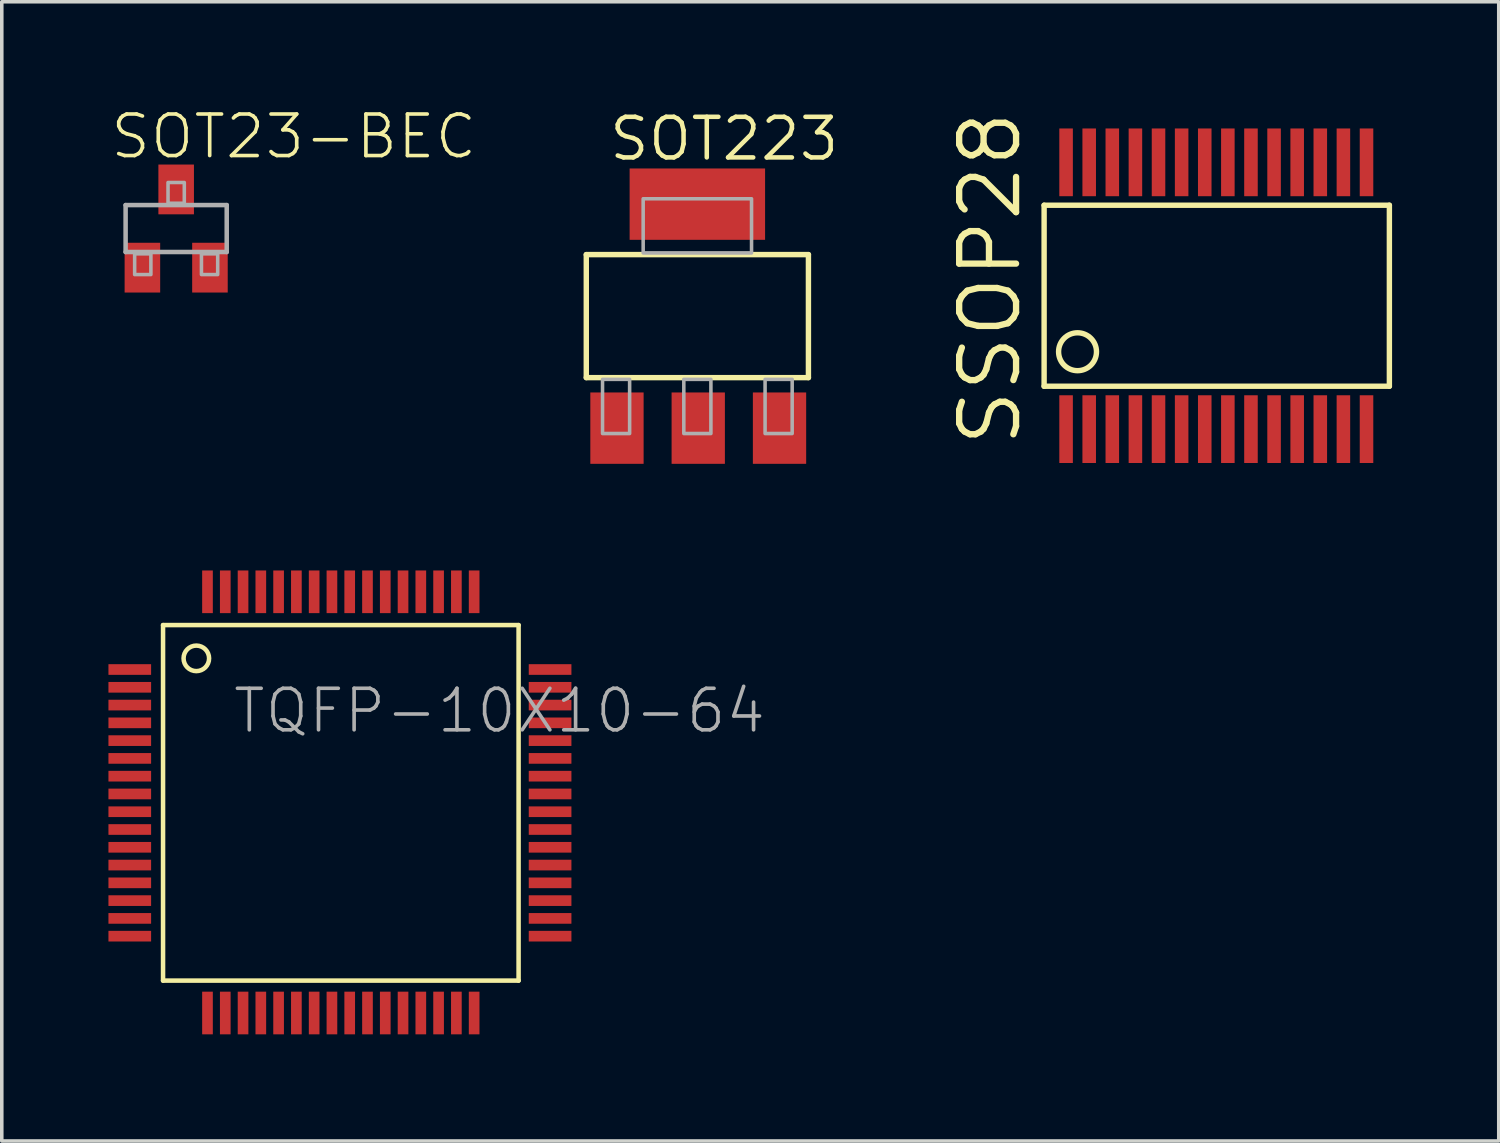
<source format=kicad_pcb>
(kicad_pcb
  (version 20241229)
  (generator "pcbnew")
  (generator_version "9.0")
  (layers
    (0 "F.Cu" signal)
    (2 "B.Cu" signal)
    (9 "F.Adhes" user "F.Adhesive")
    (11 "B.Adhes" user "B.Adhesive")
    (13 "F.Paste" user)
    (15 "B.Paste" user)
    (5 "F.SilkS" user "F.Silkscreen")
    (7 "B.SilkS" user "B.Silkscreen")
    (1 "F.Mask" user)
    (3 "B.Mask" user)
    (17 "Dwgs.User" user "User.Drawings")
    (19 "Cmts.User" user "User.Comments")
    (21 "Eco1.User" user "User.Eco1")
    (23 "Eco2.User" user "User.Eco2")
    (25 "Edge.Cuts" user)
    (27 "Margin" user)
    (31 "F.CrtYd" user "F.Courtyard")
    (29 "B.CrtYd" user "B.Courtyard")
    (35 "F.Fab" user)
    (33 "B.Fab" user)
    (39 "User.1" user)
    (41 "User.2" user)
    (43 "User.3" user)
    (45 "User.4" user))
  (footprint "SSOP28"
    (layer "F.Cu")
    (at 31.485 5.268)
    (property "Reference" "SSOP28" (at -5.752 4.318 90) (layer "F.SilkS") (effects (font (size 1.6 1.6) (thickness 0.178)) (justify left bottom)))
    (fp_line (start -5.168 -2.546) (end -5.168 2.546) (stroke (width 0.152) (type solid)) (layer "F.SilkS"))
    (fp_line (start -5.168 2.546) (end 4.543 2.546) (stroke (width 0.152) (type solid)) (layer "F.SilkS"))
    (fp_line (start 4.543 -2.546) (end -5.168 -2.546) (stroke (width 0.152) (type solid)) (layer "F.SilkS"))
    (fp_line (start 4.543 2.546) (end 4.543 -2.546) (stroke (width 0.152) (type solid)) (layer "F.SilkS"))
    (fp_circle (center -4.228 1.575) (end -3.695 1.575) (stroke (width 0.152) (type solid)) (fill no) (layer "F.SilkS"))
    (pad "1" smd rect (at -4.55 3.752 90) (size 1.905 0.381) (layers "F.Cu" "F.Mask" "F.Paste"))
    (pad "2" smd rect (at -3.9 3.752 90) (size 1.905 0.381) (layers "F.Cu" "F.Mask" "F.Paste"))
    (pad "3" smd rect (at -3.25 3.752 90) (size 1.905 0.381) (layers "F.Cu" "F.Mask" "F.Paste"))
    (pad "4" smd rect (at -2.6 3.752 90) (size 1.905 0.381) (layers "F.Cu" "F.Mask" "F.Paste"))
    (pad "5" smd rect (at -1.95 3.752 90) (size 1.905 0.381) (layers "F.Cu" "F.Mask" "F.Paste"))
    (pad "6" smd rect (at -1.3 3.752 90) (size 1.905 0.381) (layers "F.Cu" "F.Mask" "F.Paste"))
    (pad "7" smd rect (at -0.65 3.752 90) (size 1.905 0.381) (layers "F.Cu" "F.Mask" "F.Paste"))
    (pad "8" smd rect (at 0 3.752 90) (size 1.905 0.381) (layers "F.Cu" "F.Mask" "F.Paste"))
    (pad "9" smd rect (at 0.65 3.752 90) (size 1.905 0.381) (layers "F.Cu" "F.Mask" "F.Paste"))
    (pad "10" smd rect (at 1.3 3.752 90) (size 1.905 0.381) (layers "F.Cu" "F.Mask" "F.Paste"))
    (pad "11" smd rect (at 1.95 3.752 90) (size 1.905 0.381) (layers "F.Cu" "F.Mask" "F.Paste"))
    (pad "12" smd rect (at 2.6 3.752 90) (size 1.905 0.381) (layers "F.Cu" "F.Mask" "F.Paste"))
    (pad "13" smd rect (at 3.25 3.752 90) (size 1.905 0.381) (layers "F.Cu" "F.Mask" "F.Paste"))
    (pad "14" smd rect (at 3.9 3.752 90) (size 1.905 0.381) (layers "F.Cu" "F.Mask" "F.Paste"))
    (pad "15" smd rect (at 3.9 -3.752 90) (size 1.905 0.381) (layers "F.Cu" "F.Mask" "F.Paste"))
    (pad "16" smd rect (at 3.25 -3.752 90) (size 1.905 0.381) (layers "F.Cu" "F.Mask" "F.Paste"))
    (pad "17" smd rect (at 2.6 -3.752 90) (size 1.905 0.381) (layers "F.Cu" "F.Mask" "F.Paste"))
    (pad "18" smd rect (at 1.95 -3.752 90) (size 1.905 0.381) (layers "F.Cu" "F.Mask" "F.Paste"))
    (pad "19" smd rect (at 1.3 -3.752 90) (size 1.905 0.381) (layers "F.Cu" "F.Mask" "F.Paste"))
    (pad "20" smd rect (at 0.65 -3.752 90) (size 1.905 0.381) (layers "F.Cu" "F.Mask" "F.Paste"))
    (pad "21" smd rect (at 0 -3.752 90) (size 1.905 0.381) (layers "F.Cu" "F.Mask" "F.Paste"))
    (pad "22" smd rect (at -0.65 -3.752 90) (size 1.905 0.381) (layers "F.Cu" "F.Mask" "F.Paste"))
    (pad "23" smd rect (at -1.3 -3.752 90) (size 1.905 0.381) (layers "F.Cu" "F.Mask" "F.Paste"))
    (pad "24" smd rect (at -1.95 -3.752 90) (size 1.905 0.381) (layers "F.Cu" "F.Mask" "F.Paste"))
    (pad "25" smd rect (at -2.6 -3.752 90) (size 1.905 0.381) (layers "F.Cu" "F.Mask" "F.Paste"))
    (pad "26" smd rect (at -3.25 -3.752 90) (size 1.905 0.381) (layers "F.Cu" "F.Mask" "F.Paste"))
    (pad "27" smd rect (at -3.9 -3.752 90) (size 1.905 0.381) (layers "F.Cu" "F.Mask" "F.Paste"))
    (pad "28" smd rect (at -4.55 -3.752 90) (size 1.905 0.381) (layers "F.Cu" "F.Mask" "F.Paste")))
  (footprint "TQFP-10X10-64"
    (layer "F.Cu")
    (at 6.536 19.531)
    (property "Reference" "TQFP-10X10-64" (at -3.086 -1.906 0) (layer "F.Fab") (effects (font (size 1.168 1.168) (thickness 0.102)) (justify left bottom)))
    (fp_line (start -5 -5) (end -5 5) (stroke (width 0.127) (type solid)) (layer "F.SilkS"))
    (fp_line (start -5 5) (end 5 5) (stroke (width 0.127) (type solid)) (layer "F.SilkS"))
    (fp_line (start 5 -5) (end -5 -5) (stroke (width 0.127) (type solid)) (layer "F.SilkS"))
    (fp_line (start 5 5) (end 5 -5) (stroke (width 0.127) (type solid)) (layer "F.SilkS"))
    (fp_circle (center -4.064 -4.064) (end -3.705 -4.064) (stroke (width 0.127) (type solid)) (fill no) (layer "F.SilkS"))
    (pad "1" smd rect (at -5.936 -3.75 270) (size 0.3 1.2) (layers "F.Cu" "F.Mask" "F.Paste"))
    (pad "2" smd rect (at -5.936 -3.25 270) (size 0.3 1.2) (layers "F.Cu" "F.Mask" "F.Paste"))
    (pad "3" smd rect (at -5.936 -2.75 270) (size 0.3 1.2) (layers "F.Cu" "F.Mask" "F.Paste"))
    (pad "4" smd rect (at -5.936 -2.25 270) (size 0.3 1.2) (layers "F.Cu" "F.Mask" "F.Paste"))
    (pad "5" smd rect (at -5.936 -1.75 270) (size 0.3 1.2) (layers "F.Cu" "F.Mask" "F.Paste"))
    (pad "6" smd rect (at -5.936 -1.25 270) (size 0.3 1.2) (layers "F.Cu" "F.Mask" "F.Paste"))
    (pad "7" smd rect (at -5.936 -0.75 270) (size 0.3 1.2) (layers "F.Cu" "F.Mask" "F.Paste"))
    (pad "8" smd rect (at -5.936 -0.25 270) (size 0.3 1.2) (layers "F.Cu" "F.Mask" "F.Paste"))
    (pad "9" smd rect (at -5.936 0.25 270) (size 0.3 1.2) (layers "F.Cu" "F.Mask" "F.Paste"))
    (pad "10" smd rect (at -5.936 0.75 270) (size 0.3 1.2) (layers "F.Cu" "F.Mask" "F.Paste"))
    (pad "11" smd rect (at -5.936 1.25 270) (size 0.3 1.2) (layers "F.Cu" "F.Mask" "F.Paste"))
    (pad "12" smd rect (at -5.936 1.75 270) (size 0.3 1.2) (layers "F.Cu" "F.Mask" "F.Paste"))
    (pad "13" smd rect (at -5.936 2.25 270) (size 0.3 1.2) (layers "F.Cu" "F.Mask" "F.Paste"))
    (pad "14" smd rect (at -5.936 2.75 270) (size 0.3 1.2) (layers "F.Cu" "F.Mask" "F.Paste"))
    (pad "15" smd rect (at -5.936 3.25 270) (size 0.3 1.2) (layers "F.Cu" "F.Mask" "F.Paste"))
    (pad "16" smd rect (at -5.936 3.75 270) (size 0.3 1.2) (layers "F.Cu" "F.Mask" "F.Paste"))
    (pad "17" smd rect (at -3.75 5.911) (size 0.3 1.2) (layers "F.Cu" "F.Mask" "F.Paste"))
    (pad "18" smd rect (at -3.25 5.911) (size 0.3 1.2) (layers "F.Cu" "F.Mask" "F.Paste"))
    (pad "19" smd rect (at -2.75 5.911) (size 0.3 1.2) (layers "F.Cu" "F.Mask" "F.Paste"))
    (pad "20" smd rect (at -2.25 5.911) (size 0.3 1.2) (layers "F.Cu" "F.Mask" "F.Paste"))
    (pad "21" smd rect (at -1.75 5.911) (size 0.3 1.2) (layers "F.Cu" "F.Mask" "F.Paste"))
    (pad "22" smd rect (at -1.25 5.911) (size 0.3 1.2) (layers "F.Cu" "F.Mask" "F.Paste"))
    (pad "23" smd rect (at -0.75 5.911) (size 0.3 1.2) (layers "F.Cu" "F.Mask" "F.Paste"))
    (pad "24" smd rect (at -0.25 5.911) (size 0.3 1.2) (layers "F.Cu" "F.Mask" "F.Paste"))
    (pad "25" smd rect (at 0.25 5.911) (size 0.3 1.2) (layers "F.Cu" "F.Mask" "F.Paste"))
    (pad "26" smd rect (at 0.75 5.911) (size 0.3 1.2) (layers "F.Cu" "F.Mask" "F.Paste"))
    (pad "27" smd rect (at 1.25 5.911) (size 0.3 1.2) (layers "F.Cu" "F.Mask" "F.Paste"))
    (pad "28" smd rect (at 1.75 5.911) (size 0.3 1.2) (layers "F.Cu" "F.Mask" "F.Paste"))
    (pad "29" smd rect (at 2.25 5.911) (size 0.3 1.2) (layers "F.Cu" "F.Mask" "F.Paste"))
    (pad "30" smd rect (at 2.75 5.911) (size 0.3 1.2) (layers "F.Cu" "F.Mask" "F.Paste"))
    (pad "31" smd rect (at 3.25 5.911) (size 0.3 1.2) (layers "F.Cu" "F.Mask" "F.Paste"))
    (pad "32" smd rect (at 3.75 5.911) (size 0.3 1.2) (layers "F.Cu" "F.Mask" "F.Paste"))
    (pad "33" smd rect (at 5.886 3.75 90) (size 0.3 1.2) (layers "F.Cu" "F.Mask" "F.Paste"))
    (pad "34" smd rect (at 5.886 3.25 90) (size 0.3 1.2) (layers "F.Cu" "F.Mask" "F.Paste"))
    (pad "35" smd rect (at 5.886 2.75 90) (size 0.3 1.2) (layers "F.Cu" "F.Mask" "F.Paste"))
    (pad "36" smd rect (at 5.886 2.25 90) (size 0.3 1.2) (layers "F.Cu" "F.Mask" "F.Paste"))
    (pad "37" smd rect (at 5.886 1.75 90) (size 0.3 1.2) (layers "F.Cu" "F.Mask" "F.Paste"))
    (pad "38" smd rect (at 5.886 1.25 90) (size 0.3 1.2) (layers "F.Cu" "F.Mask" "F.Paste"))
    (pad "39" smd rect (at 5.886 0.75 90) (size 0.3 1.2) (layers "F.Cu" "F.Mask" "F.Paste"))
    (pad "40" smd rect (at 5.886 0.25 90) (size 0.3 1.2) (layers "F.Cu" "F.Mask" "F.Paste"))
    (pad "41" smd rect (at 5.886 -0.25 90) (size 0.3 1.2) (layers "F.Cu" "F.Mask" "F.Paste"))
    (pad "42" smd rect (at 5.886 -0.75 90) (size 0.3 1.2) (layers "F.Cu" "F.Mask" "F.Paste"))
    (pad "43" smd rect (at 5.886 -1.25 90) (size 0.3 1.2) (layers "F.Cu" "F.Mask" "F.Paste"))
    (pad "44" smd rect (at 5.886 -1.75 90) (size 0.3 1.2) (layers "F.Cu" "F.Mask" "F.Paste"))
    (pad "45" smd rect (at 5.886 -2.25 90) (size 0.3 1.2) (layers "F.Cu" "F.Mask" "F.Paste"))
    (pad "46" smd rect (at 5.886 -2.75 90) (size 0.3 1.2) (layers "F.Cu" "F.Mask" "F.Paste"))
    (pad "47" smd rect (at 5.886 -3.25 90) (size 0.3 1.2) (layers "F.Cu" "F.Mask" "F.Paste"))
    (pad "48" smd rect (at 5.886 -3.75 90) (size 0.3 1.2) (layers "F.Cu" "F.Mask" "F.Paste"))
    (pad "49" smd rect (at 3.75 -5.936 180) (size 0.3 1.2) (layers "F.Cu" "F.Mask" "F.Paste"))
    (pad "50" smd rect (at 3.25 -5.936 180) (size 0.3 1.2) (layers "F.Cu" "F.Mask" "F.Paste"))
    (pad "51" smd rect (at 2.75 -5.936 180) (size 0.3 1.2) (layers "F.Cu" "F.Mask" "F.Paste"))
    (pad "52" smd rect (at 2.25 -5.936 180) (size 0.3 1.2) (layers "F.Cu" "F.Mask" "F.Paste"))
    (pad "53" smd rect (at 1.75 -5.936 180) (size 0.3 1.2) (layers "F.Cu" "F.Mask" "F.Paste"))
    (pad "54" smd rect (at 1.25 -5.936 180) (size 0.3 1.2) (layers "F.Cu" "F.Mask" "F.Paste"))
    (pad "55" smd rect (at 0.75 -5.936 180) (size 0.3 1.2) (layers "F.Cu" "F.Mask" "F.Paste"))
    (pad "56" smd rect (at 0.25 -5.936 180) (size 0.3 1.2) (layers "F.Cu" "F.Mask" "F.Paste"))
    (pad "57" smd rect (at -0.25 -5.936 180) (size 0.3 1.2) (layers "F.Cu" "F.Mask" "F.Paste"))
    (pad "58" smd rect (at -0.75 -5.936 180) (size 0.3 1.2) (layers "F.Cu" "F.Mask" "F.Paste"))
    (pad "59" smd rect (at -1.25 -5.936 180) (size 0.3 1.2) (layers "F.Cu" "F.Mask" "F.Paste"))
    (pad "60" smd rect (at -1.75 -5.936 180) (size 0.3 1.2) (layers "F.Cu" "F.Mask" "F.Paste"))
    (pad "61" smd rect (at -2.25 -5.936 180) (size 0.3 1.2) (layers "F.Cu" "F.Mask" "F.Paste"))
    (pad "62" smd rect (at -2.75 -5.936 180) (size 0.3 1.2) (layers "F.Cu" "F.Mask" "F.Paste"))
    (pad "63" smd rect (at -3.25 -5.936 180) (size 0.3 1.2) (layers "F.Cu" "F.Mask" "F.Paste"))
    (pad "64" smd rect (at -3.75 -5.936 180) (size 0.3 1.2) (layers "F.Cu" "F.Mask" "F.Paste")))
  (footprint "SOT223"
    (layer "F.Cu")
    (at 16.564 5.842)
    (property "Reference" "SOT223" (at -2.54 -4.318 0) (layer "F.SilkS") (effects (font (size 1.143 1.143) (thickness 0.127)) (justify left bottom)))
    (fp_line (start -3.124 -1.731) (end -3.124 1.729) (stroke (width 0.152) (type solid)) (layer "F.SilkS"))
    (fp_line (start -3.124 -1.731) (end 3.124 -1.731) (stroke (width 0.152) (type solid)) (layer "F.SilkS"))
    (fp_line (start 3.124 1.729) (end -3.124 1.729) (stroke (width 0.152) (type solid)) (layer "F.SilkS"))
    (fp_line (start 3.124 1.729) (end 3.124 -1.731) (stroke (width 0.152) (type solid)) (layer "F.SilkS"))
    (fp_poly (pts (xy -2.667 3.302) (xy -1.905 3.302) (xy -1.905 1.778) (xy -2.667 1.778)) (stroke (width 0.1) (type solid)) (fill no) (layer "F.Fab"))
    (fp_poly (pts (xy -1.524 -1.778) (xy 1.524 -1.778) (xy 1.524 -3.302) (xy -1.524 -3.302)) (stroke (width 0.1) (type solid)) (fill no) (layer "F.Fab"))
    (fp_poly (pts (xy -0.381 3.302) (xy 0.381 3.302) (xy 0.381 1.778) (xy -0.381 1.778)) (stroke (width 0.1) (type solid)) (fill no) (layer "F.Fab"))
    (fp_poly (pts (xy 1.905 3.302) (xy 2.667 3.302) (xy 2.667 1.778) (xy 1.905 1.778)) (stroke (width 0.1) (type solid)) (fill no) (layer "F.Fab"))
    (pad "1" smd rect (at -2.261 3.15) (size 1.499 2.007) (layers "F.Cu" "F.Mask" "F.Paste"))
    (pad "2" smd rect (at 0.025 3.15) (size 1.499 2.007) (layers "F.Cu" "F.Mask" "F.Paste"))
    (pad "3" smd rect (at 2.311 3.15) (size 1.499 2.007) (layers "F.Cu" "F.Mask" "F.Paste"))
    (pad "4" smd rect (at 0 -3.15) (size 3.81 2.007) (layers "F.Cu" "F.Mask" "F.Paste")))
  (footprint "SOT23-BEC"
    (layer "F.Cu")
    (at 1.905 3.378)
    (property "Reference" "SOT23-BEC" (at -1.905 -1.905 0) (layer "F.SilkS") (effects (font (size 1.168 1.168) (thickness 0.102)) (justify left bottom)))
    (fp_line (start -1.422 -0.66) (end 1.422 -0.66) (stroke (width 0.127) (type solid)) (layer "F.Fab"))
    (fp_line (start -1.422 0.66) (end -1.422 -0.66) (stroke (width 0.127) (type solid)) (layer "F.Fab"))
    (fp_line (start 1.422 -0.66) (end 1.422 0.66) (stroke (width 0.127) (type solid)) (layer "F.Fab"))
    (fp_line (start 1.422 0.66) (end -1.422 0.66) (stroke (width 0.127) (type solid)) (layer "F.Fab"))
    (fp_poly (pts (xy -1.168 1.295) (xy -0.711 1.295) (xy -0.711 0.711) (xy -1.168 0.711)) (stroke (width 0.1) (type solid)) (fill no) (layer "F.Fab"))
    (fp_poly (pts (xy -0.229 -0.711) (xy 0.229 -0.711) (xy 0.229 -1.295) (xy -0.229 -1.295)) (stroke (width 0.1) (type solid)) (fill no) (layer "F.Fab"))
    (fp_poly (pts (xy 0.711 1.295) (xy 1.168 1.295) (xy 1.168 0.711) (xy 0.711 0.711)) (stroke (width 0.1) (type solid)) (fill no) (layer "F.Fab"))
    (pad "B" smd rect (at -0.95 1.1) (size 1 1.4) (layers "F.Cu" "F.Mask" "F.Paste"))
    (pad "C" smd rect (at 0 -1.1) (size 1 1.4) (layers "F.Cu" "F.Mask" "F.Paste"))
    (pad "E" smd rect (at 0.95 1.1) (size 1 1.4) (layers "F.Cu" "F.Mask" "F.Paste")))
  (gr_rect
    (start -3 -3)
    (end 39.104 29.042)
    (stroke (width 0.1) (type default))
    (fill no)
    (layer "Edge.Cuts")))
</source>
